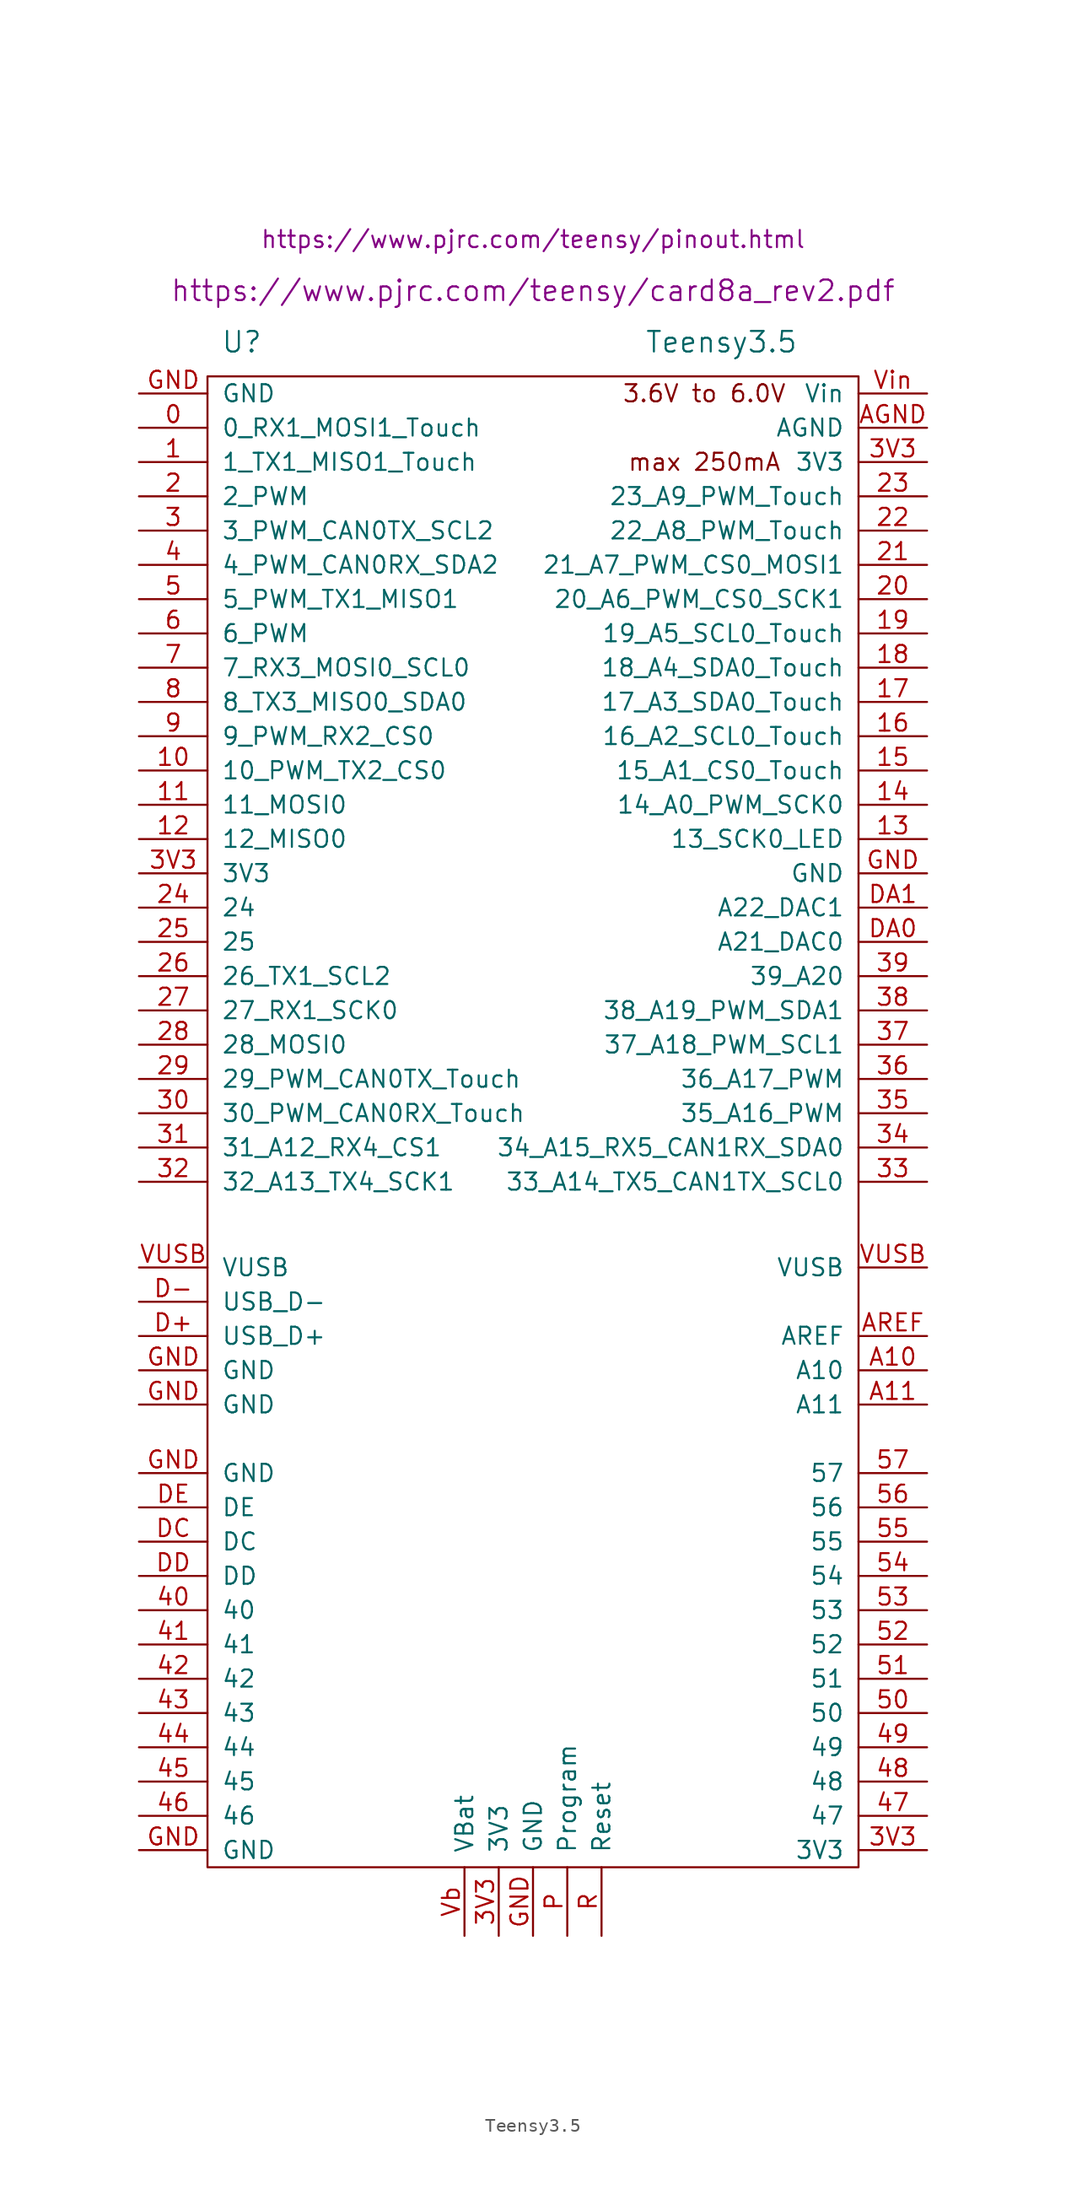
<source format=kicad_sym>
(kicad_symbol_lib
  (version 20211014)
  (generator kicad_symbol_editor)
  (symbol "Teensy3.5"
    (pin_names
      (offset 1.016))
    (property "Reference" "U"
      (at -21.59 58.42 0)
      (effects (font (size 1.524 1.524))))
    (property "Value" "Teensy3.5"
      (at 13.97 58.42 0)
      (effects (font (size 1.524 1.524))))
    (property "Footprint" ""
      (at -2.54 57.15 0)
      (effects (font (size 1.524 1.524))))
    (property "Datasheet" "https://www.pjrc.com/teensy/card8a_rev2.pdf"
      (at 0 62.23 0)
      (effects (font (size 1.524 1.524))))
    (property "Pinouts" "https://www.pjrc.com/teensy/pinout.html"
      (at 0 66.04 0)
      (effects (font (size 1.27 1.27))))
    (symbol "Teensy3.5_0_0"
      (text "3.6V to 6.0V" (at 12.7 54.61 0) (effects (font (size 1.27 1.27))))
      (text "max 250mA" (at 12.7 49.53 0) (effects (font (size 1.27 1.27)))))
    (symbol "Teensy3.5_0_1"
      (rectangle (start -24.13 55.88) (end 24.13 -54.61) (stroke (width 0) (type default) (color 0 0 0 0)) (fill (type none))))
    (symbol "Teensy3.5_1_1"
      (pin bidirectional line (at -29.21 52.07 0) (length 5.08) (name "0_RX1_MOSI1_Touch" (effects (font (size 1.27 1.27)))) (number "0" (effects (font (size 1.27 1.27)))))
      (pin bidirectional line (at -29.21 49.53 0) (length 5.08) (name "1_TX1_MISO1_Touch" (effects (font (size 1.27 1.27)))) (number "1" (effects (font (size 1.27 1.27)))))
      (pin bidirectional line (at -29.21 26.67 0) (length 5.08) (name "10_PWM_TX2_CS0" (effects (font (size 1.27 1.27)))) (number "10" (effects (font (size 1.27 1.27)))))
      (pin bidirectional line (at -29.21 24.13 0) (length 5.08) (name "11_MOSI0" (effects (font (size 1.27 1.27)))) (number "11" (effects (font (size 1.27 1.27)))))
      (pin bidirectional line (at -29.21 21.59 0) (length 5.08) (name "12_MISO0" (effects (font (size 1.27 1.27)))) (number "12" (effects (font (size 1.27 1.27)))))
      (pin bidirectional line (at 29.21 21.59 180) (length 5.08) (name "13_SCK0_LED" (effects (font (size 1.27 1.27)))) (number "13" (effects (font (size 1.27 1.27)))))
      (pin bidirectional line (at 29.21 24.13 180) (length 5.08) (name "14_A0_PWM_SCK0" (effects (font (size 1.27 1.27)))) (number "14" (effects (font (size 1.27 1.27)))))
      (pin bidirectional line (at 29.21 26.67 180) (length 5.08) (name "15_A1_CS0_Touch" (effects (font (size 1.27 1.27)))) (number "15" (effects (font (size 1.27 1.27)))))
      (pin bidirectional line (at 29.21 29.21 180) (length 5.08) (name "16_A2_SCL0_Touch" (effects (font (size 1.27 1.27)))) (number "16" (effects (font (size 1.27 1.27)))))
      (pin bidirectional line (at 29.21 31.75 180) (length 5.08) (name "17_A3_SDA0_Touch" (effects (font (size 1.27 1.27)))) (number "17" (effects (font (size 1.27 1.27)))))
      (pin bidirectional line (at 29.21 34.29 180) (length 5.08) (name "18_A4_SDA0_Touch" (effects (font (size 1.27 1.27)))) (number "18" (effects (font (size 1.27 1.27)))))
      (pin bidirectional line (at 29.21 36.83 180) (length 5.08) (name "19_A5_SCL0_Touch" (effects (font (size 1.27 1.27)))) (number "19" (effects (font (size 1.27 1.27)))))
      (pin bidirectional line (at -29.21 46.99 0) (length 5.08) (name "2_PWM" (effects (font (size 1.27 1.27)))) (number "2" (effects (font (size 1.27 1.27)))))
      (pin bidirectional line (at 29.21 39.37 180) (length 5.08) (name "20_A6_PWM_CS0_SCK1" (effects (font (size 1.27 1.27)))) (number "20" (effects (font (size 1.27 1.27)))))
      (pin bidirectional line (at 29.21 41.91 180) (length 5.08) (name "21_A7_PWM_CS0_MOSI1" (effects (font (size 1.27 1.27)))) (number "21" (effects (font (size 1.27 1.27)))))
      (pin bidirectional line (at 29.21 44.45 180) (length 5.08) (name "22_A8_PWM_Touch" (effects (font (size 1.27 1.27)))) (number "22" (effects (font (size 1.27 1.27)))))
      (pin bidirectional line (at 29.21 46.99 180) (length 5.08) (name "23_A9_PWM_Touch" (effects (font (size 1.27 1.27)))) (number "23" (effects (font (size 1.27 1.27)))))
      (pin bidirectional line (at -29.21 16.51 0) (length 5.08) (name "24" (effects (font (size 1.27 1.27)))) (number "24" (effects (font (size 1.27 1.27)))))
      (pin bidirectional line (at -29.21 13.97 0) (length 5.08) (name "25" (effects (font (size 1.27 1.27)))) (number "25" (effects (font (size 1.27 1.27)))))
      (pin bidirectional line (at -29.21 11.43 0) (length 5.08) (name "26_TX1_SCL2" (effects (font (size 1.27 1.27)))) (number "26" (effects (font (size 1.27 1.27)))))
      (pin bidirectional line (at -29.21 8.89 0) (length 5.08) (name "27_RX1_SCK0" (effects (font (size 1.27 1.27)))) (number "27" (effects (font (size 1.27 1.27)))))
      (pin bidirectional line (at -29.21 6.35 0) (length 5.08) (name "28_MOSI0" (effects (font (size 1.27 1.27)))) (number "28" (effects (font (size 1.27 1.27)))))
      (pin bidirectional line (at -29.21 3.81 0) (length 5.08) (name "29_PWM_CAN0TX_Touch" (effects (font (size 1.27 1.27)))) (number "29" (effects (font (size 1.27 1.27)))))
      (pin bidirectional line (at -29.21 44.45 0) (length 5.08) (name "3_PWM_CAN0TX_SCL2" (effects (font (size 1.27 1.27)))) (number "3" (effects (font (size 1.27 1.27)))))
      (pin bidirectional line (at -29.21 1.27 0) (length 5.08) (name "30_PWM_CAN0RX_Touch" (effects (font (size 1.27 1.27)))) (number "30" (effects (font (size 1.27 1.27)))))
      (pin bidirectional line (at -29.21 -1.27 0) (length 5.08) (name "31_A12_RX4_CS1" (effects (font (size 1.27 1.27)))) (number "31" (effects (font (size 1.27 1.27)))))
      (pin bidirectional line (at -29.21 -3.81 0) (length 5.08) (name "32_A13_TX4_SCK1" (effects (font (size 1.27 1.27)))) (number "32" (effects (font (size 1.27 1.27)))))
      (pin bidirectional line (at 29.21 -3.81 180) (length 5.08) (name "33_A14_TX5_CAN1TX_SCL0" (effects (font (size 1.27 1.27)))) (number "33" (effects (font (size 1.27 1.27)))))
      (pin bidirectional line (at 29.21 -1.27 180) (length 5.08) (name "34_A15_RX5_CAN1RX_SDA0" (effects (font (size 1.27 1.27)))) (number "34" (effects (font (size 1.27 1.27)))))
      (pin bidirectional line (at 29.21 1.27 180) (length 5.08) (name "35_A16_PWM" (effects (font (size 1.27 1.27)))) (number "35" (effects (font (size 1.27 1.27)))))
      (pin bidirectional line (at 29.21 3.81 180) (length 5.08) (name "36_A17_PWM" (effects (font (size 1.27 1.27)))) (number "36" (effects (font (size 1.27 1.27)))))
      (pin bidirectional line (at 29.21 6.35 180) (length 5.08) (name "37_A18_PWM_SCL1" (effects (font (size 1.27 1.27)))) (number "37" (effects (font (size 1.27 1.27)))))
      (pin bidirectional line (at 29.21 8.89 180) (length 5.08) (name "38_A19_PWM_SDA1" (effects (font (size 1.27 1.27)))) (number "38" (effects (font (size 1.27 1.27)))))
      (pin bidirectional line (at 29.21 11.43 180) (length 5.08) (name "39_A20" (effects (font (size 1.27 1.27)))) (number "39" (effects (font (size 1.27 1.27)))))
      (pin power_out line (at -29.21 19.05 0) (length 5.08) (name "3V3" (effects (font (size 1.27 1.27)))) (number "3V3" (effects (font (size 1.27 1.27)))))
      (pin power_out line (at -2.54 -59.69 90) (length 5.08) (name "3V3" (effects (font (size 1.27 1.27)))) (number "3V3" (effects (font (size 1.27 1.27)))))
      (pin power_out line (at 29.21 -53.34 180) (length 5.08) (name "3V3" (effects (font (size 1.27 1.27)))) (number "3V3" (effects (font (size 1.27 1.27)))))
      (pin power_out line (at 29.21 49.53 180) (length 5.08) (name "3V3" (effects (font (size 1.27 1.27)))) (number "3V3" (effects (font (size 1.27 1.27)))))
      (pin bidirectional line (at -29.21 41.91 0) (length 5.08) (name "4_PWM_CAN0RX_SDA2" (effects (font (size 1.27 1.27)))) (number "4" (effects (font (size 1.27 1.27)))))
      (pin bidirectional line (at -29.21 -35.56 0) (length 5.08) (name "40" (effects (font (size 1.27 1.27)))) (number "40" (effects (font (size 1.27 1.27)))))
      (pin bidirectional line (at -29.21 -38.1 0) (length 5.08) (name "41" (effects (font (size 1.27 1.27)))) (number "41" (effects (font (size 1.27 1.27)))))
      (pin bidirectional line (at -29.21 -40.64 0) (length 5.08) (name "42" (effects (font (size 1.27 1.27)))) (number "42" (effects (font (size 1.27 1.27)))))
      (pin bidirectional line (at -29.21 -43.18 0) (length 5.08) (name "43" (effects (font (size 1.27 1.27)))) (number "43" (effects (font (size 1.27 1.27)))))
      (pin bidirectional line (at -29.21 -45.72 0) (length 5.08) (name "44" (effects (font (size 1.27 1.27)))) (number "44" (effects (font (size 1.27 1.27)))))
      (pin bidirectional line (at -29.21 -48.26 0) (length 5.08) (name "45" (effects (font (size 1.27 1.27)))) (number "45" (effects (font (size 1.27 1.27)))))
      (pin bidirectional line (at -29.21 -50.8 0) (length 5.08) (name "46" (effects (font (size 1.27 1.27)))) (number "46" (effects (font (size 1.27 1.27)))))
      (pin bidirectional line (at 29.21 -50.8 180) (length 5.08) (name "47" (effects (font (size 1.27 1.27)))) (number "47" (effects (font (size 1.27 1.27)))))
      (pin bidirectional line (at 29.21 -48.26 180) (length 5.08) (name "48" (effects (font (size 1.27 1.27)))) (number "48" (effects (font (size 1.27 1.27)))))
      (pin bidirectional line (at 29.21 -45.72 180) (length 5.08) (name "49" (effects (font (size 1.27 1.27)))) (number "49" (effects (font (size 1.27 1.27)))))
      (pin bidirectional line (at -29.21 39.37 0) (length 5.08) (name "5_PWM_TX1_MISO1" (effects (font (size 1.27 1.27)))) (number "5" (effects (font (size 1.27 1.27)))))
      (pin bidirectional line (at 29.21 -43.18 180) (length 5.08) (name "50" (effects (font (size 1.27 1.27)))) (number "50" (effects (font (size 1.27 1.27)))))
      (pin bidirectional line (at 29.21 -40.64 180) (length 5.08) (name "51" (effects (font (size 1.27 1.27)))) (number "51" (effects (font (size 1.27 1.27)))))
      (pin bidirectional line (at 29.21 -38.1 180) (length 5.08) (name "52" (effects (font (size 1.27 1.27)))) (number "52" (effects (font (size 1.27 1.27)))))
      (pin bidirectional line (at 29.21 -35.56 180) (length 5.08) (name "53" (effects (font (size 1.27 1.27)))) (number "53" (effects (font (size 1.27 1.27)))))
      (pin bidirectional line (at 29.21 -33.02 180) (length 5.08) (name "54" (effects (font (size 1.27 1.27)))) (number "54" (effects (font (size 1.27 1.27)))))
      (pin bidirectional line (at 29.21 -30.48 180) (length 5.08) (name "55" (effects (font (size 1.27 1.27)))) (number "55" (effects (font (size 1.27 1.27)))))
      (pin bidirectional line (at 29.21 -27.94 180) (length 5.08) (name "56" (effects (font (size 1.27 1.27)))) (number "56" (effects (font (size 1.27 1.27)))))
      (pin bidirectional line (at 29.21 -25.4 180) (length 5.08) (name "57" (effects (font (size 1.27 1.27)))) (number "57" (effects (font (size 1.27 1.27)))))
      (pin bidirectional line (at -29.21 36.83 0) (length 5.08) (name "6_PWM" (effects (font (size 1.27 1.27)))) (number "6" (effects (font (size 1.27 1.27)))))
      (pin bidirectional line (at -29.21 34.29 0) (length 5.08) (name "7_RX3_MOSI0_SCL0" (effects (font (size 1.27 1.27)))) (number "7" (effects (font (size 1.27 1.27)))))
      (pin bidirectional line (at -29.21 31.75 0) (length 5.08) (name "8_TX3_MISO0_SDA0" (effects (font (size 1.27 1.27)))) (number "8" (effects (font (size 1.27 1.27)))))
      (pin bidirectional line (at -29.21 29.21 0) (length 5.08) (name "9_PWM_RX2_CS0" (effects (font (size 1.27 1.27)))) (number "9" (effects (font (size 1.27 1.27)))))
      (pin bidirectional line (at 29.21 -17.78 180) (length 5.08) (name "A10" (effects (font (size 1.27 1.27)))) (number "A10" (effects (font (size 1.27 1.27)))))
      (pin bidirectional line (at 29.21 -20.32 180) (length 5.08) (name "A11" (effects (font (size 1.27 1.27)))) (number "A11" (effects (font (size 1.27 1.27)))))
      (pin power_out line (at 29.21 52.07 180) (length 5.08) (name "AGND" (effects (font (size 1.27 1.27)))) (number "AGND" (effects (font (size 1.27 1.27)))))
      (pin input line (at 29.21 -15.24 180) (length 5.08) (name "AREF" (effects (font (size 1.27 1.27)))) (number "AREF" (effects (font (size 1.27 1.27)))))
      (pin bidirectional line (at -29.21 -15.24 0) (length 5.08) (name "USB_D+" (effects (font (size 1.27 1.27)))) (number "D+" (effects (font (size 1.27 1.27)))))
      (pin bidirectional line (at -29.21 -12.7 0) (length 5.08) (name "USB_D-" (effects (font (size 1.27 1.27)))) (number "D-" (effects (font (size 1.27 1.27)))))
      (pin bidirectional line (at 29.21 13.97 180) (length 5.08) (name "A21_DAC0" (effects (font (size 1.27 1.27)))) (number "DA0" (effects (font (size 1.27 1.27)))))
      (pin bidirectional line (at 29.21 16.51 180) (length 5.08) (name "A22_DAC1" (effects (font (size 1.27 1.27)))) (number "DA1" (effects (font (size 1.27 1.27)))))
      (pin bidirectional line (at -29.21 -30.48 0) (length 5.08) (name "DC" (effects (font (size 1.27 1.27)))) (number "DC" (effects (font (size 1.27 1.27)))))
      (pin bidirectional line (at -29.21 -33.02 0) (length 5.08) (name "DD" (effects (font (size 1.27 1.27)))) (number "DD" (effects (font (size 1.27 1.27)))))
      (pin bidirectional line (at -29.21 -27.94 0) (length 5.08) (name "DE" (effects (font (size 1.27 1.27)))) (number "DE" (effects (font (size 1.27 1.27)))))
      (pin power_in line (at -29.21 -53.34 0) (length 5.08) (name "GND" (effects (font (size 1.27 1.27)))) (number "GND" (effects (font (size 1.27 1.27)))))
      (pin power_in line (at -29.21 -25.4 0) (length 5.08) (name "GND" (effects (font (size 1.27 1.27)))) (number "GND" (effects (font (size 1.27 1.27)))))
      (pin power_in line (at -29.21 -20.32 0) (length 5.08) (name "GND" (effects (font (size 1.27 1.27)))) (number "GND" (effects (font (size 1.27 1.27)))))
      (pin power_in line (at -29.21 -17.78 0) (length 5.08) (name "GND" (effects (font (size 1.27 1.27)))) (number "GND" (effects (font (size 1.27 1.27)))))
      (pin power_in line (at -29.21 54.61 0) (length 5.08) (name "GND" (effects (font (size 1.27 1.27)))) (number "GND" (effects (font (size 1.27 1.27)))))
      (pin power_in line (at 0 -59.69 90) (length 5.08) (name "GND" (effects (font (size 1.27 1.27)))) (number "GND" (effects (font (size 1.27 1.27)))))
      (pin power_in line (at 29.21 19.05 180) (length 5.08) (name "GND" (effects (font (size 1.27 1.27)))) (number "GND" (effects (font (size 1.27 1.27)))))
      (pin input line (at 2.54 -59.69 90) (length 5.08) (name "Program" (effects (font (size 1.27 1.27)))) (number "P" (effects (font (size 1.27 1.27)))))
      (pin input line (at 5.08 -59.69 90) (length 5.08) (name "Reset" (effects (font (size 1.27 1.27)))) (number "R" (effects (font (size 1.27 1.27)))))
      (pin power_in line (at -29.21 -10.16 0) (length 5.08) (name "VUSB" (effects (font (size 1.27 1.27)))) (number "VUSB" (effects (font (size 1.27 1.27)))))
      (pin power_in line (at 29.21 -10.16 180) (length 5.08) (name "VUSB" (effects (font (size 1.27 1.27)))) (number "VUSB" (effects (font (size 1.27 1.27)))))
      (pin power_in line (at -5.08 -59.69 90) (length 5.08) (name "VBat" (effects (font (size 1.27 1.27)))) (number "Vb" (effects (font (size 1.27 1.27)))))
      (pin power_in line (at 29.21 54.61 180) (length 5.08) (name "Vin" (effects (font (size 1.27 1.27)))) (number "Vin" (effects (font (size 1.27 1.27))))))))
</source>
